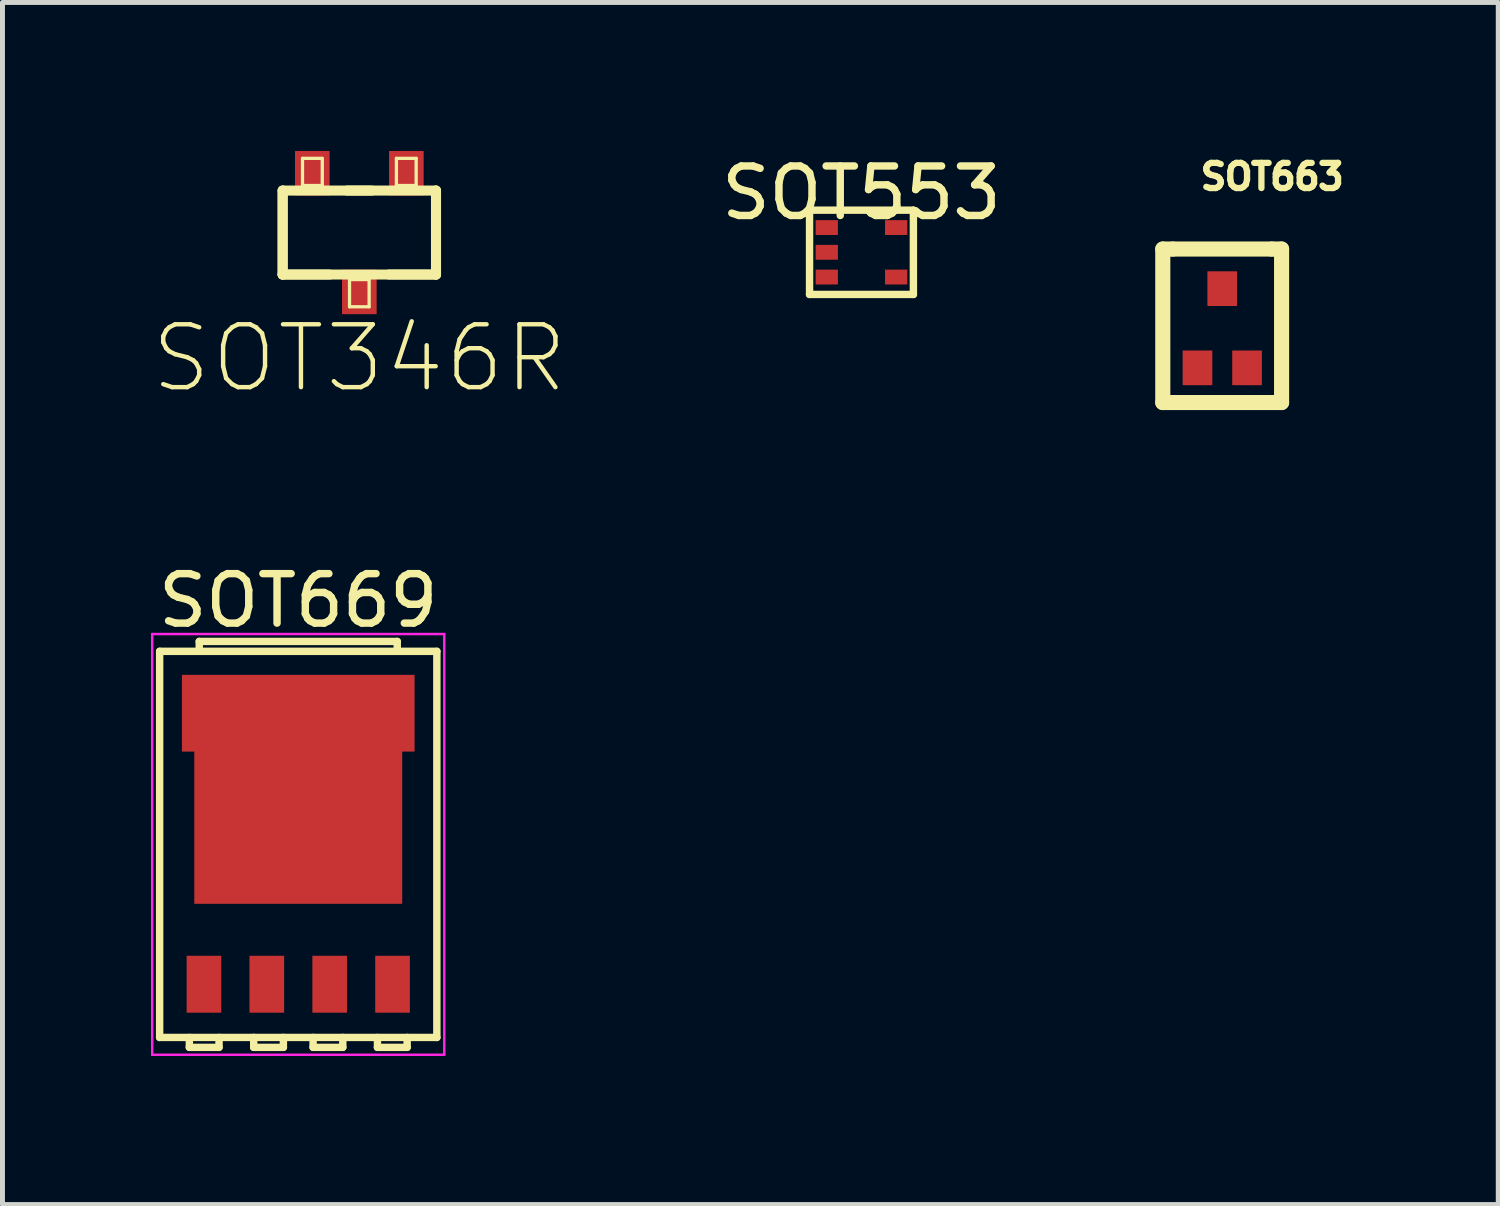
<source format=kicad_pcb>
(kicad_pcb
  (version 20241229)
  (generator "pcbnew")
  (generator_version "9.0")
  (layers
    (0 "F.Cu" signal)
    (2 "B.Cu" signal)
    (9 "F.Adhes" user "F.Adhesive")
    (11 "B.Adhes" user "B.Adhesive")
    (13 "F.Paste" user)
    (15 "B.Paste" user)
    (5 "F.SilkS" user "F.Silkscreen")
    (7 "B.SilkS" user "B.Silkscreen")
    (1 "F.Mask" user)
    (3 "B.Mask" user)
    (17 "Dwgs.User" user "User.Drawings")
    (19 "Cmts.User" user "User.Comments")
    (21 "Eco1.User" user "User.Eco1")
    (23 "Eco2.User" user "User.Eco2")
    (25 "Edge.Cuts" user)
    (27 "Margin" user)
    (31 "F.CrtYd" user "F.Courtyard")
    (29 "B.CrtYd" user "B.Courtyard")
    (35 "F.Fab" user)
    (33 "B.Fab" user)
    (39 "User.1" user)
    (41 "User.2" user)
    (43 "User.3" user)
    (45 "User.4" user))
  (footprint "SOT663"
    (layer "F.Cu")
    (at 21.649 3.619)
    (property "Reference" "SOT663" (at 1.001 -3.099 0) (layer "F.SilkS") (effects (font (size 0.508 0.508) (thickness 0.127))))
    (attr through_hole)
    (fp_line (start -1.209 -1.638) (end -1.209 1.463) (stroke (width 0.305) (type solid)) (layer "F.SilkS"))
    (fp_line (start -1.209 1.463) (end 1.191 1.463) (stroke (width 0.305) (type solid)) (layer "F.SilkS"))
    (fp_line (start -1.008 -1.638) (end -1.209 -1.638) (stroke (width 0.305) (type solid)) (layer "F.SilkS"))
    (fp_line (start -1.008 -1.638) (end 0.993 -1.638) (stroke (width 0.305) (type solid)) (layer "F.SilkS"))
    (fp_line (start 1.191 -1.638) (end 0.993 -1.638) (stroke (width 0.305) (type solid)) (layer "F.SilkS"))
    (fp_line (start 1.191 1.463) (end 1.191 -1.638) (stroke (width 0.305) (type solid)) (layer "F.SilkS"))
    (pad "1" smd rect (at -0.508 0.762) (size 0.599 0.701) (layers "F.Cu" "F.Mask" "F.Paste"))
    (pad "2" smd rect (at 0.493 0.762) (size 0.599 0.701) (layers "F.Cu" "F.Mask" "F.Paste"))
    (pad "3" smd rect (at -0.008 -0.838) (size 0.599 0.701) (layers "F.Cu" "F.Mask" "F.Paste")))
  (footprint "SOT553"
    (layer "F.Cu")
    (at 14.353 2.047)
    (property "Reference" "SOT553" (at 0 -1.199 0) (layer "F.SilkS") (effects (font (size 1 1) (thickness 0.15))))
    (attr smd)
    (fp_line (start -1.049 -0.851) (end 1.049 -0.851) (stroke (width 0.15) (type solid)) (layer "F.SilkS"))
    (fp_line (start -1.049 0.851) (end -1.049 -0.851) (stroke (width 0.15) (type solid)) (layer "F.SilkS"))
    (fp_line (start 1.049 -0.851) (end 1.049 0.851) (stroke (width 0.15) (type solid)) (layer "F.SilkS"))
    (fp_line (start 1.049 0.851) (end -1.049 0.851) (stroke (width 0.15) (type solid)) (layer "F.SilkS"))
    (pad "1" smd rect (at -0.701 -0.5) (size 0.45 0.3) (layers "F.Cu" "F.Mask" "F.Paste"))
    (pad "2" smd rect (at -0.701 0) (size 0.45 0.3) (layers "F.Cu" "F.Mask" "F.Paste"))
    (pad "3" smd rect (at -0.701 0.5) (size 0.45 0.3) (layers "F.Cu" "F.Mask" "F.Paste"))
    (pad "4" smd rect (at 0.701 0.5) (size 0.45 0.3) (layers "F.Cu" "F.Mask" "F.Paste"))
    (pad "5" smd rect (at 0.701 -0.5) (size 0.45 0.3) (layers "F.Cu" "F.Mask" "F.Paste")))
  (footprint "SOT669"
    (layer "F.Cu")
    (at 2.975 14.008)
    (property "Reference" "SOT669" (at 0 -4.925 0) (layer "F.SilkS") (effects (font (size 1 1) (thickness 0.15))))
    (attr smd)
    (fp_line (start -2.8 -3.9) (end 2.8 -3.9) (stroke (width 0.15) (type solid)) (layer "F.SilkS"))
    (fp_line (start -2.8 3.9) (end -2.8 -3.9) (stroke (width 0.15) (type solid)) (layer "F.SilkS"))
    (fp_line (start -2.2 3.9) (end -2.2 4.1) (stroke (width 0.15) (type solid)) (layer "F.SilkS"))
    (fp_line (start -2.2 4.1) (end -1.6 4.1) (stroke (width 0.15) (type solid)) (layer "F.SilkS"))
    (fp_line (start -2 -4.1) (end 2 -4.1) (stroke (width 0.15) (type solid)) (layer "F.SilkS"))
    (fp_line (start -2 -3.9) (end -2 -4.1) (stroke (width 0.15) (type solid)) (layer "F.SilkS"))
    (fp_line (start -1.6 4.1) (end -1.6 3.9) (stroke (width 0.15) (type solid)) (layer "F.SilkS"))
    (fp_line (start -0.9 3.9) (end -0.9 4.1) (stroke (width 0.15) (type solid)) (layer "F.SilkS"))
    (fp_line (start -0.9 4.1) (end -0.3 4.1) (stroke (width 0.15) (type solid)) (layer "F.SilkS"))
    (fp_line (start -0.3 4.1) (end -0.3 3.9) (stroke (width 0.15) (type solid)) (layer "F.SilkS"))
    (fp_line (start 0.3 3.9) (end 0.3 4.1) (stroke (width 0.15) (type solid)) (layer "F.SilkS"))
    (fp_line (start 0.3 4.1) (end 0.9 4.1) (stroke (width 0.15) (type solid)) (layer "F.SilkS"))
    (fp_line (start 0.9 4.1) (end 0.9 3.9) (stroke (width 0.15) (type solid)) (layer "F.SilkS"))
    (fp_line (start 1.6 3.9) (end 1.6 4.1) (stroke (width 0.15) (type solid)) (layer "F.SilkS"))
    (fp_line (start 1.6 4.1) (end 2.2 4.1) (stroke (width 0.15) (type solid)) (layer "F.SilkS"))
    (fp_line (start 2 -4.1) (end 2 -3.9) (stroke (width 0.15) (type solid)) (layer "F.SilkS"))
    (fp_line (start 2.2 4.1) (end 2.2 3.9) (stroke (width 0.15) (type solid)) (layer "F.SilkS"))
    (fp_line (start 2.8 -3.9) (end 2.8 3.9) (stroke (width 0.15) (type solid)) (layer "F.SilkS"))
    (fp_line (start 2.8 3.9) (end -2.8 3.9) (stroke (width 0.15) (type solid)) (layer "F.SilkS"))
    (fp_line (start -2.95 -4.25) (end 2.95 -4.25) (stroke (width 0.05) (type solid)) (layer "F.CrtYd"))
    (fp_line (start -2.95 4.25) (end -2.95 -4.25) (stroke (width 0.05) (type solid)) (layer "F.CrtYd"))
    (fp_line (start -2.95 4.25) (end 2.95 4.25) (stroke (width 0.05) (type solid)) (layer "F.CrtYd"))
    (fp_line (start 2.95 -4.25) (end 2.95 4.25) (stroke (width 0.05) (type solid)) (layer "F.CrtYd"))
    (pad "" smd rect (at -1.875 -2.9) (size 0.6 0.9) (layers "F.Paste"))
    (pad "" smd rect (at -1.15 -1.05 90) (size 0.6 0.9) (layers "F.Paste"))
    (pad "" smd rect (at -1.15 -0.2 90) (size 0.6 0.9) (layers "F.Paste"))
    (pad "" smd rect (at -1.15 0.65 90) (size 0.6 0.9) (layers "F.Paste"))
    (pad "" smd rect (at -0.6 -2.9) (size 0.6 0.9) (layers "F.Paste"))
    (pad "" smd rect (at 0 -1.05 90) (size 0.6 0.9) (layers "F.Paste"))
    (pad "" smd rect (at 0 -0.2 90) (size 0.6 0.9) (layers "F.Paste"))
    (pad "" smd rect (at 0 0.65 90) (size 0.6 0.9) (layers "F.Paste"))
    (pad "" smd rect (at 0.6 -2.9) (size 0.6 0.9) (layers "F.Paste"))
    (pad "" smd rect (at 1.15 -1.05 90) (size 0.6 0.9) (layers "F.Paste"))
    (pad "" smd rect (at 1.15 -0.2 90) (size 0.6 0.9) (layers "F.Paste"))
    (pad "" smd rect (at 1.15 0.65 90) (size 0.6 0.9) (layers "F.Paste"))
    (pad "" smd rect (at 1.875 -2.9) (size 0.6 0.9) (layers "F.Paste"))
    (pad "1" smd rect (at -1.905 2.825) (size 0.7 1.15) (layers "F.Cu" "F.Mask" "F.Paste"))
    (pad "2" smd rect (at -0.635 2.825) (size 0.7 1.15) (layers "F.Cu" "F.Mask" "F.Paste"))
    (pad "3" smd rect (at 0.635 2.825) (size 0.7 1.15) (layers "F.Cu" "F.Mask" "F.Paste"))
    (pad "4" smd rect (at 1.905 2.825) (size 0.7 1.15) (layers "F.Cu" "F.Mask" "F.Paste"))
    (pad "5" smd rect (at 0 -2.65) (size 4.7 1.55) (layers "F.Cu" "F.Mask"))
    (pad "5" smd rect (at 0 -0.45) (size 4.2 3.3) (layers "F.Cu" "F.Mask")))
  (footprint "SOT346R"
    (layer "F.Cu")
    (at 4.209 1.648)
    (property "Reference" "SOT346R" (at 0 2.54 0) (layer "F.SilkS") (effects (font (size 1.27 1.27) (thickness 0.089))))
    (attr smd)
    (fp_line (start -1.549 -0.848) (end -1.549 0.848) (stroke (width 0.203) (type solid)) (layer "F.SilkS"))
    (fp_line (start -1.549 -0.848) (end -1.549 0.848) (stroke (width 0.203) (type solid)) (layer "F.SilkS"))
    (fp_line (start -1.549 0.848) (end -0.599 0.848) (stroke (width 0.203) (type solid)) (layer "F.SilkS"))
    (fp_line (start -1.549 0.848) (end 1.549 0.848) (stroke (width 0.203) (type solid)) (layer "F.SilkS"))
    (fp_line (start -1.148 -1.499) (end -1.148 -0.95) (stroke (width 0.066) (type solid)) (layer "F.SilkS"))
    (fp_line (start -1.148 -1.499) (end -0.749 -1.499) (stroke (width 0.066) (type solid)) (layer "F.SilkS"))
    (fp_line (start -1.148 -0.95) (end -0.749 -0.95) (stroke (width 0.066) (type solid)) (layer "F.SilkS"))
    (fp_line (start -0.749 -1.499) (end -0.749 -0.95) (stroke (width 0.066) (type solid)) (layer "F.SilkS"))
    (fp_line (start -0.198 0.95) (end -0.198 1.499) (stroke (width 0.066) (type solid)) (layer "F.SilkS"))
    (fp_line (start -0.198 0.95) (end 0.198 0.95) (stroke (width 0.066) (type solid)) (layer "F.SilkS"))
    (fp_line (start -0.198 1.499) (end 0.198 1.499) (stroke (width 0.066) (type solid)) (layer "F.SilkS"))
    (fp_line (start 0.198 0.95) (end 0.198 1.499) (stroke (width 0.066) (type solid)) (layer "F.SilkS"))
    (fp_line (start 0.249 -0.848) (end -0.249 -0.848) (stroke (width 0.203) (type solid)) (layer "F.SilkS"))
    (fp_line (start 0.599 0.848) (end 1.549 0.848) (stroke (width 0.203) (type solid)) (layer "F.SilkS"))
    (fp_line (start 0.749 -1.499) (end 0.749 -0.95) (stroke (width 0.066) (type solid)) (layer "F.SilkS"))
    (fp_line (start 0.749 -1.499) (end 1.148 -1.499) (stroke (width 0.066) (type solid)) (layer "F.SilkS"))
    (fp_line (start 0.749 -0.95) (end 1.148 -0.95) (stroke (width 0.066) (type solid)) (layer "F.SilkS"))
    (fp_line (start 1.148 -1.499) (end 1.148 -0.95) (stroke (width 0.066) (type solid)) (layer "F.SilkS"))
    (fp_line (start 1.549 -0.848) (end -1.549 -0.848) (stroke (width 0.203) (type solid)) (layer "F.SilkS"))
    (fp_line (start 1.549 0.848) (end 1.549 -0.848) (stroke (width 0.203) (type solid)) (layer "F.SilkS"))
    (fp_line (start 1.549 0.848) (end 1.549 -0.848) (stroke (width 0.203) (type solid)) (layer "F.SilkS"))
    (pad "1" smd rect (at 0 1.199) (size 0.699 0.899) (layers "F.Cu" "F.Mask" "F.Paste"))
    (pad "2" smd rect (at -0.95 -1.199) (size 0.699 0.899) (layers "F.Cu" "F.Mask" "F.Paste"))
    (pad "3" smd rect (at 0.95 -1.199) (size 0.699 0.899) (layers "F.Cu" "F.Mask" "F.Paste")))
  (gr_rect
    (start -3 -3)
    (end 27.217 21.283)
    (stroke (width 0.1) (type default))
    (fill no)
    (layer "Edge.Cuts")))
</source>
